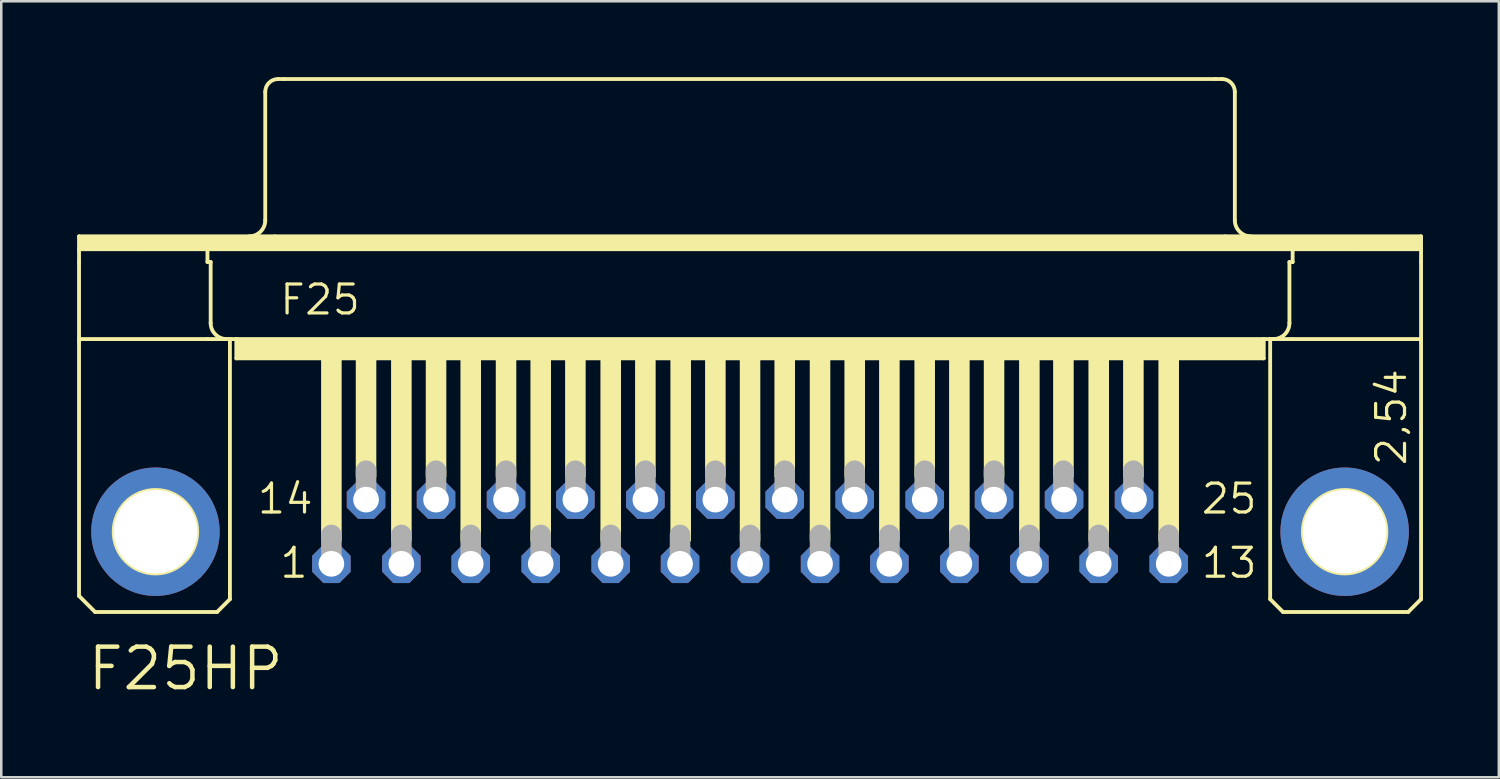
<source format=kicad_pcb>
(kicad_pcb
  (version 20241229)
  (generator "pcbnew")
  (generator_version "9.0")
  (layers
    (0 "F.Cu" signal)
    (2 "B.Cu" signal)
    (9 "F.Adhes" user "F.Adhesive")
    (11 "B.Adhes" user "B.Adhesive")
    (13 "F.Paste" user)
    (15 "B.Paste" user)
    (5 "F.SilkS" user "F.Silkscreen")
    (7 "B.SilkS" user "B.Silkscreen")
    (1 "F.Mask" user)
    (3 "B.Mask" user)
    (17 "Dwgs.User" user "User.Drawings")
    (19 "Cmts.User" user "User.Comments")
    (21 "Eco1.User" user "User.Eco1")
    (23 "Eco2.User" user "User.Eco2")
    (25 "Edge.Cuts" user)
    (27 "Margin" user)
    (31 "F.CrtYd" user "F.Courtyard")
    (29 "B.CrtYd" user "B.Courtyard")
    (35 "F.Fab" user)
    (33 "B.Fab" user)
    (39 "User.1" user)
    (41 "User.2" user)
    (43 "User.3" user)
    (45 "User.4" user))
  (footprint "F25HP"
    (layer "F.Cu")
    (at 26.619 17.983)
    (property "Reference" "F25HP" (at -26.289 6.35 0) (layer "F.SilkS") (effects (font (size 1.6 1.6) (thickness 0.178)) (justify left bottom)))
    (fp_line (start -26.543 -11.684) (end -18.796 -11.684) (stroke (width 0.152) (type solid)) (layer "F.SilkS"))
    (fp_line (start -26.543 -11.176) (end -26.543 -11.684) (stroke (width 0.152) (type solid)) (layer "F.SilkS"))
    (fp_line (start -26.543 -11.176) (end -24.003 -11.176) (stroke (width 0.152) (type solid)) (layer "F.SilkS"))
    (fp_line (start -26.543 -10.668) (end -26.543 -11.176) (stroke (width 0.152) (type solid)) (layer "F.SilkS"))
    (fp_line (start -26.543 -7.62) (end -26.543 -10.668) (stroke (width 0.152) (type solid)) (layer "F.SilkS"))
    (fp_line (start -26.543 -7.62) (end -26.543 -7.493) (stroke (width 0.152) (type solid)) (layer "F.SilkS"))
    (fp_line (start -26.543 -7.62) (end -21.463 -7.62) (stroke (width 0.152) (type solid)) (layer "F.SilkS"))
    (fp_line (start -26.543 2.54) (end -26.543 -7.493) (stroke (width 0.152) (type solid)) (layer "F.SilkS"))
    (fp_line (start -25.908 3.175) (end -26.543 2.54) (stroke (width 0.152) (type solid)) (layer "F.SilkS"))
    (fp_line (start -24.003 -11.176) (end -21.463 -11.176) (stroke (width 0.152) (type solid)) (layer "F.SilkS"))
    (fp_line (start -21.463 -11.176) (end 21.463 -11.176) (stroke (width 0.152) (type solid)) (layer "F.SilkS"))
    (fp_line (start -21.463 -10.668) (end -21.463 -11.176) (stroke (width 0.152) (type solid)) (layer "F.SilkS"))
    (fp_line (start -21.463 -10.668) (end -21.336 -10.668) (stroke (width 0.152) (type solid)) (layer "F.SilkS"))
    (fp_line (start -21.463 -7.62) (end -20.574 -7.62) (stroke (width 0.152) (type solid)) (layer "F.SilkS"))
    (fp_line (start -21.336 -8.255) (end -21.336 -10.668) (stroke (width 0.152) (type solid)) (layer "F.SilkS"))
    (fp_line (start -21.082 3.175) (end -25.908 3.175) (stroke (width 0.152) (type solid)) (layer "F.SilkS"))
    (fp_line (start -21.082 3.175) (end -20.574 2.667) (stroke (width 0.152) (type solid)) (layer "F.SilkS"))
    (fp_line (start -20.574 -7.62) (end -20.32 -7.62) (stroke (width 0.152) (type solid)) (layer "F.SilkS"))
    (fp_line (start -20.574 2.667) (end -20.574 -7.62) (stroke (width 0.152) (type solid)) (layer "F.SilkS"))
    (fp_line (start -20.32 -7.62) (end -20.32 -6.858) (stroke (width 0.152) (type solid)) (layer "F.SilkS"))
    (fp_line (start -20.32 -7.62) (end 20.32 -7.62) (stroke (width 0.152) (type solid)) (layer "F.SilkS"))
    (fp_line (start -20.32 -6.858) (end 20.32 -6.858) (stroke (width 0.152) (type solid)) (layer "F.SilkS"))
    (fp_line (start -19.177 -12.319) (end -19.177 -17.399) (stroke (width 0.152) (type solid)) (layer "F.SilkS"))
    (fp_line (start -18.796 -11.684) (end 18.796 -11.684) (stroke (width 0.152) (type solid)) (layer "F.SilkS"))
    (fp_line (start -18.669 -17.907) (end -18.415 -17.907) (stroke (width 0.152) (type solid)) (layer "F.SilkS"))
    (fp_line (start -18.415 -17.907) (end 18.415 -17.907) (stroke (width 0.152) (type solid)) (layer "F.SilkS"))
    (fp_line (start 18.415 -17.907) (end 18.669 -17.907) (stroke (width 0.152) (type solid)) (layer "F.SilkS"))
    (fp_line (start 18.796 -11.684) (end 26.543 -11.684) (stroke (width 0.152) (type solid)) (layer "F.SilkS"))
    (fp_line (start 19.177 -12.319) (end 19.177 -17.399) (stroke (width 0.152) (type solid)) (layer "F.SilkS"))
    (fp_line (start 20.32 -7.62) (end 20.32 -6.858) (stroke (width 0.152) (type solid)) (layer "F.SilkS"))
    (fp_line (start 20.32 -7.62) (end 20.574 -7.62) (stroke (width 0.152) (type solid)) (layer "F.SilkS"))
    (fp_line (start 20.574 -7.62) (end 21.463 -7.62) (stroke (width 0.152) (type solid)) (layer "F.SilkS"))
    (fp_line (start 20.574 2.667) (end 20.574 -7.62) (stroke (width 0.152) (type solid)) (layer "F.SilkS"))
    (fp_line (start 20.574 2.667) (end 21.082 3.175) (stroke (width 0.152) (type solid)) (layer "F.SilkS"))
    (fp_line (start 21.082 3.175) (end 26.035 3.175) (stroke (width 0.152) (type solid)) (layer "F.SilkS"))
    (fp_line (start 21.336 -10.668) (end 21.463 -10.668) (stroke (width 0.152) (type solid)) (layer "F.SilkS"))
    (fp_line (start 21.336 -8.255) (end 21.336 -10.668) (stroke (width 0.152) (type solid)) (layer "F.SilkS"))
    (fp_line (start 21.463 -11.176) (end 24.003 -11.176) (stroke (width 0.152) (type solid)) (layer "F.SilkS"))
    (fp_line (start 21.463 -10.668) (end 21.463 -11.176) (stroke (width 0.152) (type solid)) (layer "F.SilkS"))
    (fp_line (start 21.463 -7.62) (end 26.543 -7.62) (stroke (width 0.152) (type solid)) (layer "F.SilkS"))
    (fp_line (start 24.003 -11.176) (end 26.543 -11.176) (stroke (width 0.152) (type solid)) (layer "F.SilkS"))
    (fp_line (start 26.035 3.175) (end 26.543 2.667) (stroke (width 0.152) (type solid)) (layer "F.SilkS"))
    (fp_line (start 26.543 -11.684) (end 26.543 -11.176) (stroke (width 0.152) (type solid)) (layer "F.SilkS"))
    (fp_line (start 26.543 -11.176) (end 26.543 -10.668) (stroke (width 0.152) (type solid)) (layer "F.SilkS"))
    (fp_line (start 26.543 -10.668) (end 26.543 -7.62) (stroke (width 0.152) (type solid)) (layer "F.SilkS"))
    (fp_line (start 26.543 -7.62) (end 26.543 -7.493) (stroke (width 0.152) (type solid)) (layer "F.SilkS"))
    (fp_line (start 26.543 2.667) (end 26.543 -7.493) (stroke (width 0.152) (type solid)) (layer "F.SilkS"))
    (fp_arc (start -20.701 -7.62) (mid -21.150013 -7.805987) (end -21.336 -8.255) (stroke (width 0.1524) (type solid)) (layer "F.SilkS"))
    (fp_arc (start -19.177 -17.399) (mid -19.02821 -17.75821) (end -18.669 -17.907) (stroke (width 0.1524) (type solid)) (layer "F.SilkS"))
    (fp_arc (start -19.177 -12.319) (mid -19.362987 -11.869987) (end -19.812 -11.684) (stroke (width 0.1524) (type solid)) (layer "F.SilkS"))
    (fp_arc (start 18.669 -17.907) (mid 19.02821 -17.75821) (end 19.177 -17.399) (stroke (width 0.1524) (type solid)) (layer "F.SilkS"))
    (fp_arc (start 19.812 -11.684) (mid 19.362987 -11.869987) (end 19.177 -12.319) (stroke (width 0.1524) (type solid)) (layer "F.SilkS"))
    (fp_arc (start 21.336 -8.255) (mid 21.150013 -7.805987) (end 20.701 -7.62) (stroke (width 0.1524) (type solid)) (layer "F.SilkS"))
    (fp_circle (center -23.52 0) (end -21.869 0) (stroke (width 0.152) (type solid)) (fill no) (layer "F.SilkS"))
    (fp_circle (center 23.52 0) (end 25.171 0) (stroke (width 0.152) (type solid)) (fill no) (layer "F.SilkS"))
    (fp_poly (pts (xy -26.543 -11.176) (xy 26.543 -11.176) (xy 26.543 -11.684) (xy -26.543 -11.684)) (stroke (width 0) (type default)) (fill yes) (layer "F.SilkS"))
    (fp_poly (pts (xy -20.32 -6.858) (xy 20.32 -6.858) (xy 20.32 -7.62) (xy -20.32 -7.62)) (stroke (width 0) (type default)) (fill yes) (layer "F.SilkS"))
    (fp_poly (pts (xy -16.967 0.381) (xy -16.154 0.381) (xy -16.154 -6.858) (xy -16.967 -6.858)) (stroke (width 0) (type default)) (fill yes) (layer "F.SilkS"))
    (fp_poly (pts (xy -15.596 -2.159) (xy -14.783 -2.159) (xy -14.783 -6.858) (xy -15.596 -6.858)) (stroke (width 0) (type default)) (fill yes) (layer "F.SilkS"))
    (fp_poly (pts (xy -14.199 0.381) (xy -13.386 0.381) (xy -13.386 -6.858) (xy -14.199 -6.858)) (stroke (width 0) (type default)) (fill yes) (layer "F.SilkS"))
    (fp_poly (pts (xy -12.827 -2.159) (xy -12.014 -2.159) (xy -12.014 -6.858) (xy -12.827 -6.858)) (stroke (width 0) (type default)) (fill yes) (layer "F.SilkS"))
    (fp_poly (pts (xy -11.455 0.381) (xy -10.643 0.381) (xy -10.643 -6.858) (xy -11.455 -6.858)) (stroke (width 0) (type default)) (fill yes) (layer "F.SilkS"))
    (fp_poly (pts (xy -10.058 -2.159) (xy -9.246 -2.159) (xy -9.246 -6.858) (xy -10.058 -6.858)) (stroke (width 0) (type default)) (fill yes) (layer "F.SilkS"))
    (fp_poly (pts (xy -8.687 0.381) (xy -7.874 0.381) (xy -7.874 -6.858) (xy -8.687 -6.858)) (stroke (width 0) (type default)) (fill yes) (layer "F.SilkS"))
    (fp_poly (pts (xy -7.315 -2.159) (xy -6.502 -2.159) (xy -6.502 -6.858) (xy -7.315 -6.858)) (stroke (width 0) (type default)) (fill yes) (layer "F.SilkS"))
    (fp_poly (pts (xy -5.918 0.381) (xy -5.105 0.381) (xy -5.105 -6.858) (xy -5.918 -6.858)) (stroke (width 0) (type default)) (fill yes) (layer "F.SilkS"))
    (fp_poly (pts (xy -4.547 -2.159) (xy -3.734 -2.159) (xy -3.734 -6.858) (xy -4.547 -6.858)) (stroke (width 0) (type default)) (fill yes) (layer "F.SilkS"))
    (fp_poly (pts (xy -3.15 0.381) (xy -2.337 0.381) (xy -2.337 -6.858) (xy -3.15 -6.858)) (stroke (width 0) (type default)) (fill yes) (layer "F.SilkS"))
    (fp_poly (pts (xy -1.778 -2.159) (xy -0.965 -2.159) (xy -0.965 -6.858) (xy -1.778 -6.858)) (stroke (width 0) (type default)) (fill yes) (layer "F.SilkS"))
    (fp_poly (pts (xy -0.406 0.381) (xy 0.406 0.381) (xy 0.406 -6.858) (xy -0.406 -6.858)) (stroke (width 0) (type default)) (fill yes) (layer "F.SilkS"))
    (fp_poly (pts (xy 0.965 -2.159) (xy 1.778 -2.159) (xy 1.778 -6.858) (xy 0.965 -6.858)) (stroke (width 0) (type default)) (fill yes) (layer "F.SilkS"))
    (fp_poly (pts (xy 2.362 0.381) (xy 3.175 0.381) (xy 3.175 -6.858) (xy 2.362 -6.858)) (stroke (width 0) (type default)) (fill yes) (layer "F.SilkS"))
    (fp_poly (pts (xy 3.734 -2.159) (xy 4.547 -2.159) (xy 4.547 -6.858) (xy 3.734 -6.858)) (stroke (width 0) (type default)) (fill yes) (layer "F.SilkS"))
    (fp_poly (pts (xy 5.105 0.381) (xy 5.918 0.381) (xy 5.918 -6.858) (xy 5.105 -6.858)) (stroke (width 0) (type default)) (fill yes) (layer "F.SilkS"))
    (fp_poly (pts (xy 6.502 -2.159) (xy 7.315 -2.159) (xy 7.315 -6.858) (xy 6.502 -6.858)) (stroke (width 0) (type default)) (fill yes) (layer "F.SilkS"))
    (fp_poly (pts (xy 7.874 0.381) (xy 8.687 0.381) (xy 8.687 -6.858) (xy 7.874 -6.858)) (stroke (width 0) (type default)) (fill yes) (layer "F.SilkS"))
    (fp_poly (pts (xy 9.246 -2.159) (xy 10.058 -2.159) (xy 10.058 -6.858) (xy 9.246 -6.858)) (stroke (width 0) (type default)) (fill yes) (layer "F.SilkS"))
    (fp_poly (pts (xy 10.643 0.381) (xy 11.455 0.381) (xy 11.455 -6.858) (xy 10.643 -6.858)) (stroke (width 0) (type default)) (fill yes) (layer "F.SilkS"))
    (fp_poly (pts (xy 11.989 -2.159) (xy 12.802 -2.159) (xy 12.802 -6.858) (xy 11.989 -6.858)) (stroke (width 0) (type default)) (fill yes) (layer "F.SilkS"))
    (fp_poly (pts (xy 13.386 0.381) (xy 14.199 0.381) (xy 14.199 -6.858) (xy 13.386 -6.858)) (stroke (width 0) (type default)) (fill yes) (layer "F.SilkS"))
    (fp_poly (pts (xy 14.757 -2.159) (xy 15.57 -2.159) (xy 15.57 -6.858) (xy 14.757 -6.858)) (stroke (width 0) (type default)) (fill yes) (layer "F.SilkS"))
    (fp_poly (pts (xy 16.154 0.381) (xy 16.967 0.381) (xy 16.967 -6.858) (xy 16.154 -6.858)) (stroke (width 0) (type default)) (fill yes) (layer "F.SilkS"))
    (fp_line (start -16.561 1.143) (end -16.561 0.127) (stroke (width 0.813) (type solid)) (layer "F.Fab"))
    (fp_line (start -15.189 -1.397) (end -15.189 -2.413) (stroke (width 0.813) (type solid)) (layer "F.Fab"))
    (fp_line (start -13.792 1.143) (end -13.792 0.127) (stroke (width 0.813) (type solid)) (layer "F.Fab"))
    (fp_line (start -12.421 -1.397) (end -12.421 -2.413) (stroke (width 0.813) (type solid)) (layer "F.Fab"))
    (fp_line (start -11.049 1.143) (end -11.049 0.127) (stroke (width 0.813) (type solid)) (layer "F.Fab"))
    (fp_line (start -9.652 -1.397) (end -9.652 -2.413) (stroke (width 0.813) (type solid)) (layer "F.Fab"))
    (fp_line (start -8.28 1.143) (end -8.28 0.127) (stroke (width 0.813) (type solid)) (layer "F.Fab"))
    (fp_line (start -6.909 -1.397) (end -6.909 -2.413) (stroke (width 0.813) (type solid)) (layer "F.Fab"))
    (fp_line (start -5.512 1.143) (end -5.512 0.127) (stroke (width 0.813) (type solid)) (layer "F.Fab"))
    (fp_line (start -4.14 -1.397) (end -4.14 -2.413) (stroke (width 0.813) (type solid)) (layer "F.Fab"))
    (fp_line (start -2.769 1.143) (end -2.769 0.127) (stroke (width 0.813) (type solid)) (layer "F.Fab"))
    (fp_line (start -1.372 -1.397) (end -1.372 -2.413) (stroke (width 0.813) (type solid)) (layer "F.Fab"))
    (fp_line (start 0 1.143) (end 0 0.127) (stroke (width 0.813) (type solid)) (layer "F.Fab"))
    (fp_line (start 1.372 -1.397) (end 1.372 -2.413) (stroke (width 0.813) (type solid)) (layer "F.Fab"))
    (fp_line (start 2.769 1.143) (end 2.769 0.127) (stroke (width 0.813) (type solid)) (layer "F.Fab"))
    (fp_line (start 4.14 -1.397) (end 4.14 -2.413) (stroke (width 0.813) (type solid)) (layer "F.Fab"))
    (fp_line (start 5.512 1.143) (end 5.512 0.127) (stroke (width 0.813) (type solid)) (layer "F.Fab"))
    (fp_line (start 6.909 -1.397) (end 6.909 -2.413) (stroke (width 0.813) (type solid)) (layer "F.Fab"))
    (fp_line (start 8.28 1.143) (end 8.28 0.127) (stroke (width 0.813) (type solid)) (layer "F.Fab"))
    (fp_line (start 9.652 -1.397) (end 9.652 -2.413) (stroke (width 0.813) (type solid)) (layer "F.Fab"))
    (fp_line (start 11.049 1.143) (end 11.049 0.127) (stroke (width 0.813) (type solid)) (layer "F.Fab"))
    (fp_line (start 12.395 -1.397) (end 12.395 -2.413) (stroke (width 0.813) (type solid)) (layer "F.Fab"))
    (fp_line (start 13.792 1.143) (end 13.792 0.127) (stroke (width 0.813) (type solid)) (layer "F.Fab"))
    (fp_line (start 15.164 -1.397) (end 15.164 -2.413) (stroke (width 0.813) (type solid)) (layer "F.Fab"))
    (fp_line (start 16.561 1.143) (end 16.561 0.127) (stroke (width 0.813) (type solid)) (layer "F.Fab"))
    (fp_text user "25" (at 17.78 -0.635 0) (layer "F.SilkS") (effects (font (size 1.143 1.143) (thickness 0.127)) (justify left bottom)))
    (fp_text user "2,54" (at 26.035 -2.54 90) (layer "F.SilkS") (effects (font (size 1.143 1.143) (thickness 0.127)) (justify left bottom)))
    (fp_text user "F25" (at -18.669 -8.509 0) (layer "F.SilkS") (effects (font (size 1.143 1.143) (thickness 0.127)) (justify left bottom)))
    (fp_text user "13" (at 17.78 1.905 0) (layer "F.SilkS") (effects (font (size 1.143 1.143) (thickness 0.127)) (justify left bottom)))
    (fp_text user "14" (at -19.558 -0.635 0) (layer "F.SilkS") (effects (font (size 1.143 1.143) (thickness 0.127)) (justify left bottom)))
    (fp_text user "1" (at -18.669 1.905 0) (layer "F.SilkS") (effects (font (size 1.143 1.143) (thickness 0.127)) (justify left bottom)))
    (pad "1" thru_hole roundrect (at -16.561 1.27) (size 1.524 1.524) (drill 1.016) (layers "*.Cu" "*.Mask") (roundrect_rratio 0.25) (chamfer_ratio 0.293) (chamfer top_left top_right bottom_left bottom_right))
    (pad "2" thru_hole roundrect (at -13.792 1.27) (size 1.524 1.524) (drill 1.016) (layers "*.Cu" "*.Mask") (roundrect_rratio 0.25) (chamfer_ratio 0.293) (chamfer top_left top_right bottom_left bottom_right))
    (pad "3" thru_hole roundrect (at -11.049 1.27) (size 1.524 1.524) (drill 1.016) (layers "*.Cu" "*.Mask") (roundrect_rratio 0.25) (chamfer_ratio 0.293) (chamfer top_left top_right bottom_left bottom_right))
    (pad "4" thru_hole roundrect (at -8.28 1.27) (size 1.524 1.524) (drill 1.016) (layers "*.Cu" "*.Mask") (roundrect_rratio 0.25) (chamfer_ratio 0.293) (chamfer top_left top_right bottom_left bottom_right))
    (pad "5" thru_hole roundrect (at -5.512 1.27) (size 1.524 1.524) (drill 1.016) (layers "*.Cu" "*.Mask") (roundrect_rratio 0.25) (chamfer_ratio 0.293) (chamfer top_left top_right bottom_left bottom_right))
    (pad "6" thru_hole roundrect (at -2.769 1.27) (size 1.524 1.524) (drill 1.016) (layers "*.Cu" "*.Mask") (roundrect_rratio 0.25) (chamfer_ratio 0.293) (chamfer top_left top_right bottom_left bottom_right))
    (pad "7" thru_hole roundrect (at 0 1.27) (size 1.524 1.524) (drill 1.016) (layers "*.Cu" "*.Mask") (roundrect_rratio 0.25) (chamfer_ratio 0.293) (chamfer top_left top_right bottom_left bottom_right))
    (pad "8" thru_hole roundrect (at 2.769 1.27) (size 1.524 1.524) (drill 1.016) (layers "*.Cu" "*.Mask") (roundrect_rratio 0.25) (chamfer_ratio 0.293) (chamfer top_left top_right bottom_left bottom_right))
    (pad "9" thru_hole roundrect (at 5.512 1.27) (size 1.524 1.524) (drill 1.016) (layers "*.Cu" "*.Mask") (roundrect_rratio 0.25) (chamfer_ratio 0.293) (chamfer top_left top_right bottom_left bottom_right))
    (pad "10" thru_hole roundrect (at 8.28 1.27) (size 1.524 1.524) (drill 1.016) (layers "*.Cu" "*.Mask") (roundrect_rratio 0.25) (chamfer_ratio 0.293) (chamfer top_left top_right bottom_left bottom_right))
    (pad "11" thru_hole roundrect (at 11.049 1.27) (size 1.524 1.524) (drill 1.016) (layers "*.Cu" "*.Mask") (roundrect_rratio 0.25) (chamfer_ratio 0.293) (chamfer top_left top_right bottom_left bottom_right))
    (pad "12" thru_hole roundrect (at 13.792 1.27) (size 1.524 1.524) (drill 1.016) (layers "*.Cu" "*.Mask") (roundrect_rratio 0.25) (chamfer_ratio 0.293) (chamfer top_left top_right bottom_left bottom_right))
    (pad "13" thru_hole roundrect (at 16.561 1.27) (size 1.524 1.524) (drill 1.016) (layers "*.Cu" "*.Mask") (roundrect_rratio 0.25) (chamfer_ratio 0.293) (chamfer top_left top_right bottom_left bottom_right))
    (pad "14" thru_hole roundrect (at -15.189 -1.27) (size 1.524 1.524) (drill 1.016) (layers "*.Cu" "*.Mask") (roundrect_rratio 0.25) (chamfer_ratio 0.293) (chamfer top_left top_right bottom_left bottom_right))
    (pad "15" thru_hole roundrect (at -12.421 -1.27) (size 1.524 1.524) (drill 1.016) (layers "*.Cu" "*.Mask") (roundrect_rratio 0.25) (chamfer_ratio 0.293) (chamfer top_left top_right bottom_left bottom_right))
    (pad "16" thru_hole roundrect (at -9.652 -1.27) (size 1.524 1.524) (drill 1.016) (layers "*.Cu" "*.Mask") (roundrect_rratio 0.25) (chamfer_ratio 0.293) (chamfer top_left top_right bottom_left bottom_right))
    (pad "17" thru_hole roundrect (at -6.909 -1.27) (size 1.524 1.524) (drill 1.016) (layers "*.Cu" "*.Mask") (roundrect_rratio 0.25) (chamfer_ratio 0.293) (chamfer top_left top_right bottom_left bottom_right))
    (pad "18" thru_hole roundrect (at -4.14 -1.27) (size 1.524 1.524) (drill 1.016) (layers "*.Cu" "*.Mask") (roundrect_rratio 0.25) (chamfer_ratio 0.293) (chamfer top_left top_right bottom_left bottom_right))
    (pad "19" thru_hole roundrect (at -1.372 -1.27) (size 1.524 1.524) (drill 1.016) (layers "*.Cu" "*.Mask") (roundrect_rratio 0.25) (chamfer_ratio 0.293) (chamfer top_left top_right bottom_left bottom_right))
    (pad "20" thru_hole roundrect (at 1.372 -1.27) (size 1.524 1.524) (drill 1.016) (layers "*.Cu" "*.Mask") (roundrect_rratio 0.25) (chamfer_ratio 0.293) (chamfer top_left top_right bottom_left bottom_right))
    (pad "21" thru_hole roundrect (at 4.14 -1.27) (size 1.524 1.524) (drill 1.016) (layers "*.Cu" "*.Mask") (roundrect_rratio 0.25) (chamfer_ratio 0.293) (chamfer top_left top_right bottom_left bottom_right))
    (pad "22" thru_hole roundrect (at 6.909 -1.27) (size 1.524 1.524) (drill 1.016) (layers "*.Cu" "*.Mask") (roundrect_rratio 0.25) (chamfer_ratio 0.293) (chamfer top_left top_right bottom_left bottom_right))
    (pad "23" thru_hole roundrect (at 9.652 -1.27) (size 1.524 1.524) (drill 1.016) (layers "*.Cu" "*.Mask") (roundrect_rratio 0.25) (chamfer_ratio 0.293) (chamfer top_left top_right bottom_left bottom_right))
    (pad "24" thru_hole roundrect (at 12.421 -1.27) (size 1.524 1.524) (drill 1.016) (layers "*.Cu" "*.Mask") (roundrect_rratio 0.25) (chamfer_ratio 0.293) (chamfer top_left top_right bottom_left bottom_right))
    (pad "25" thru_hole roundrect (at 15.189 -1.27) (size 1.524 1.524) (drill 1.016) (layers "*.Cu" "*.Mask") (roundrect_rratio 0.25) (chamfer_ratio 0.293) (chamfer top_left top_right bottom_left bottom_right))
    (pad "G1" thru_hole circle (at -23.52 0) (size 5.08 5.08) (drill 3.302) (layers "*.Cu" "*.Mask"))
    (pad "G2" thru_hole circle (at 23.52 0) (size 5.08 5.08) (drill 3.302) (layers "*.Cu" "*.Mask")))
  (gr_rect
    (start -3 -3)
    (end 56.238 27.696)
    (stroke (width 0.1) (type default))
    (fill no)
    (layer "Edge.Cuts")))
</source>
